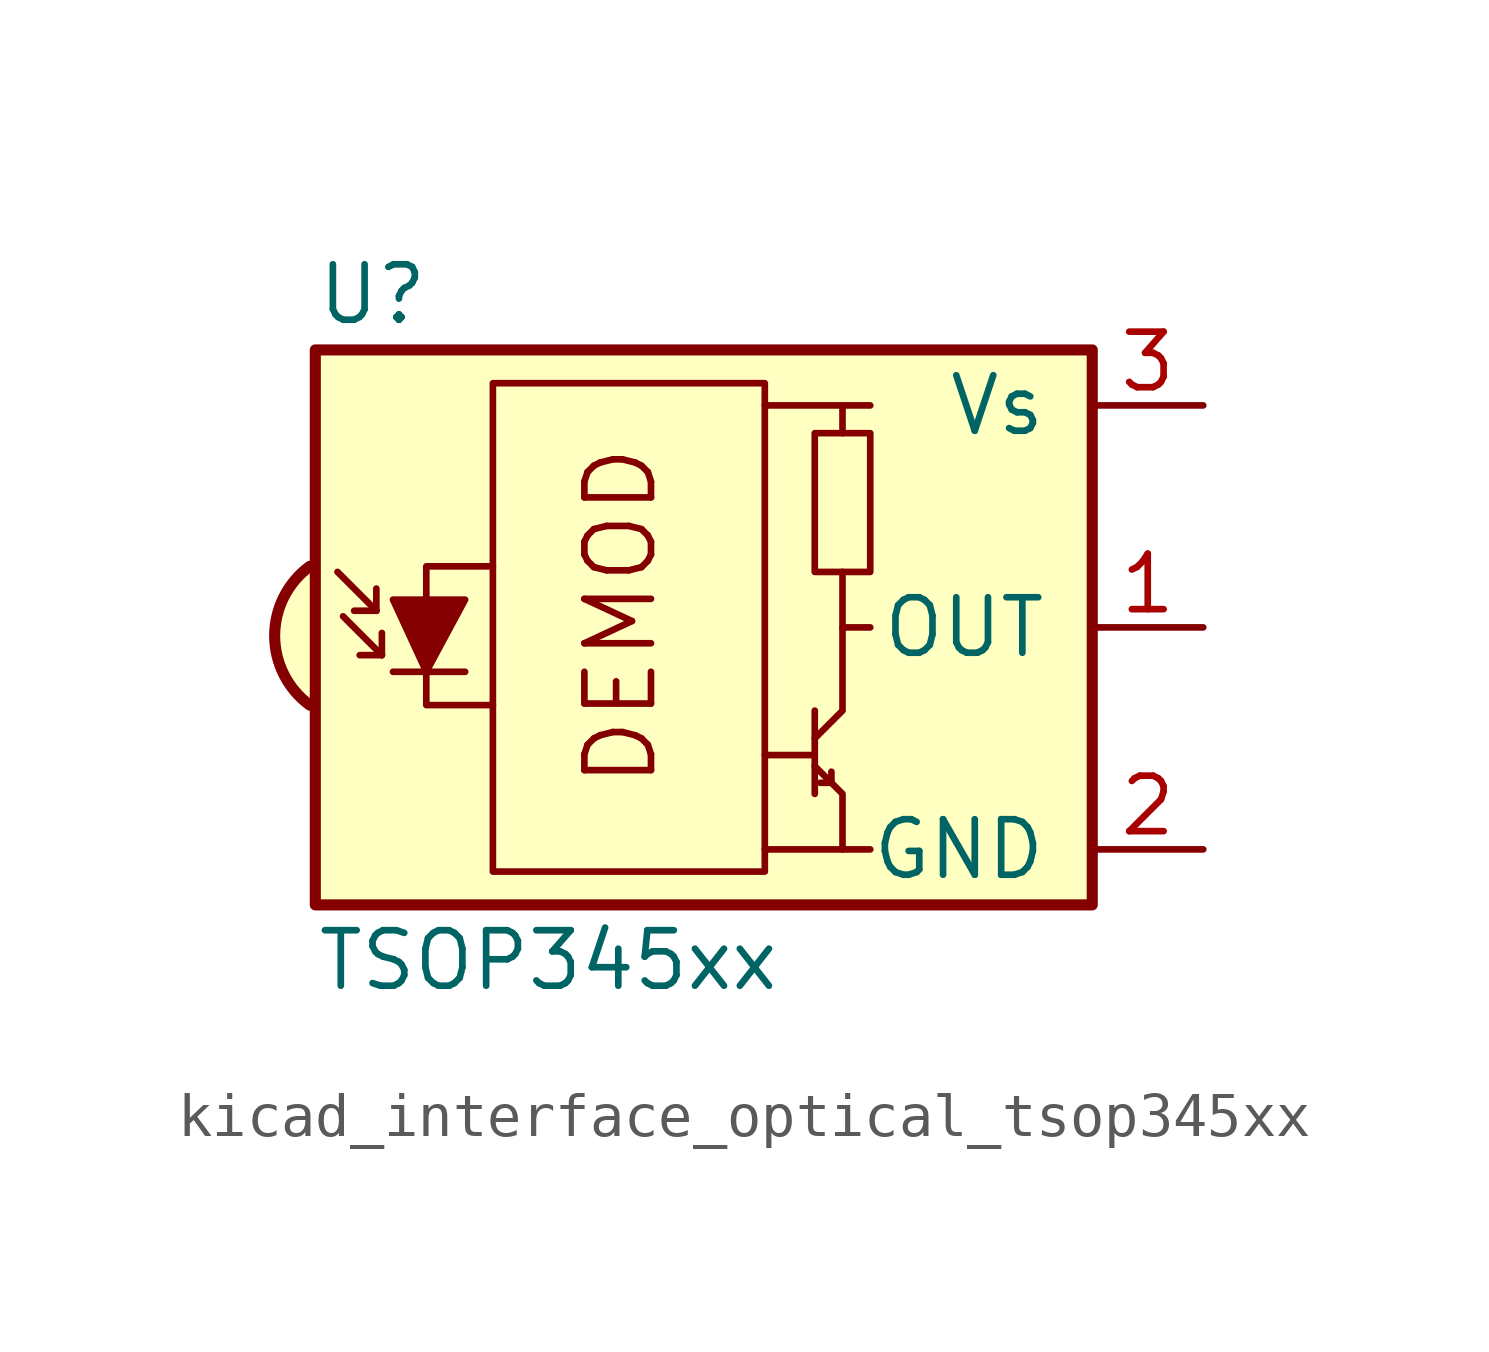
<source format=kicad_sym>
(kicad_symbol_lib
  (version 20220914)
  (generator kicad_symbol_editor)
  (symbol "kicad_interface_optical_tsop345xx"
    (pin_names
      (offset 1.016))
    (property "Reference" "U"
      (at -10.16 7.62 0)
      (effects (font (size 1.27 1.27)) (justify left)))
    (property "Value" "TSOP345xx"
      (at -10.16 -7.62 0)
      (effects (font (size 1.27 1.27)) (justify left)))
    (symbol "kicad_interface_optical_tsop345xx_0_0"
      (arc (start -10.287 1.397) (mid -11.0899 -0.1852) (end -10.287 -1.778) (stroke (width 0.254) (type default)) (fill (type background)))
      (polyline (pts (xy 1.905 -5.08) (xy 0.127 -5.08)) (stroke (width 0) (type default)) (fill (type none)))
      (polyline (pts (xy 1.905 5.08) (xy 0.127 5.08)) (stroke (width 0) (type default)) (fill (type none)))
      (text "DEMOD" (at -3.175 0.254 900) (effects (font (size 1.524 1.524)))))
    (symbol "kicad_interface_optical_tsop345xx_0_1"
      (rectangle (start -6.096 5.588) (end 0.127 -5.588) (stroke (width 0) (type default)) (fill (type none)))
      (polyline (pts (xy -8.763 0.381) (xy -9.652 1.27)) (stroke (width 0) (type default)) (fill (type none)))
      (polyline (pts (xy -8.763 0.381) (xy -9.271 0.381)) (stroke (width 0) (type default)) (fill (type none)))
      (polyline (pts (xy -8.763 0.381) (xy -8.763 0.889)) (stroke (width 0) (type default)) (fill (type none)))
      (polyline (pts (xy -8.636 -0.635) (xy -9.525 0.254)) (stroke (width 0) (type default)) (fill (type none)))
      (polyline (pts (xy -8.636 -0.635) (xy -9.144 -0.635)) (stroke (width 0) (type default)) (fill (type none)))
      (polyline (pts (xy -8.636 -0.635) (xy -8.636 -0.127)) (stroke (width 0) (type default)) (fill (type none)))
      (polyline (pts (xy -8.382 -1.016) (xy -6.731 -1.016)) (stroke (width 0) (type default)) (fill (type none)))
      (polyline (pts (xy 1.27 -2.921) (xy 0.127 -2.921)) (stroke (width 0) (type default)) (fill (type none)))
      (polyline (pts (xy 1.27 -1.905) (xy 1.27 -3.81)) (stroke (width 0) (type default)) (fill (type none)))
      (polyline (pts (xy 1.397 -3.556) (xy 1.524 -3.556)) (stroke (width 0) (type default)) (fill (type none)))
      (polyline (pts (xy 1.651 -3.556) (xy 1.524 -3.556)) (stroke (width 0) (type default)) (fill (type none)))
      (polyline (pts (xy 1.651 -3.556) (xy 1.651 -3.302)) (stroke (width 0) (type default)) (fill (type none)))
      (polyline (pts (xy 1.905 0) (xy 1.905 1.27)) (stroke (width 0) (type default)) (fill (type none)))
      (polyline (pts (xy 1.905 4.445) (xy 1.905 5.08) (xy 2.54 5.08)) (stroke (width 0) (type default)) (fill (type none)))
      (polyline (pts (xy -8.382 0.635) (xy -6.731 0.635) (xy -7.62 -1.016) (xy -8.382 0.635)) (stroke (width 0) (type default)) (fill (type outline)))
      (polyline (pts (xy -6.096 1.397) (xy -7.62 1.397) (xy -7.62 -1.778) (xy -6.096 -1.778)) (stroke (width 0) (type default)) (fill (type none)))
      (polyline (pts (xy 1.27 -3.175) (xy 1.905 -3.81) (xy 1.905 -5.08) (xy 2.54 -5.08)) (stroke (width 0) (type default)) (fill (type none)))
      (polyline (pts (xy 1.27 -2.54) (xy 1.905 -1.905) (xy 1.905 0) (xy 2.54 0)) (stroke (width 0) (type default)) (fill (type none)))
      (rectangle (start 2.54 1.27) (end 1.27 4.445) (stroke (width 0) (type default)) (fill (type none)))
      (rectangle (start 7.62 6.35) (end -10.16 -6.35) (stroke (width 0.254) (type default)) (fill (type background))))
    (symbol "kicad_interface_optical_tsop345xx_1_1"
      (pin output line (at 10.16 0 180) (length 2.54) (name "OUT" (effects (font (size 1.27 1.27)))) (number "1" (effects (font (size 1.27 1.27)))))
      (pin power_in line (at 10.16 -5.08 180) (length 2.54) (name "GND" (effects (font (size 1.27 1.27)))) (number "2" (effects (font (size 1.27 1.27)))))
      (pin power_in line (at 10.16 5.08 180) (length 2.54) (name "Vs" (effects (font (size 1.27 1.27)))) (number "3" (effects (font (size 1.27 1.27))))))))
</source>
